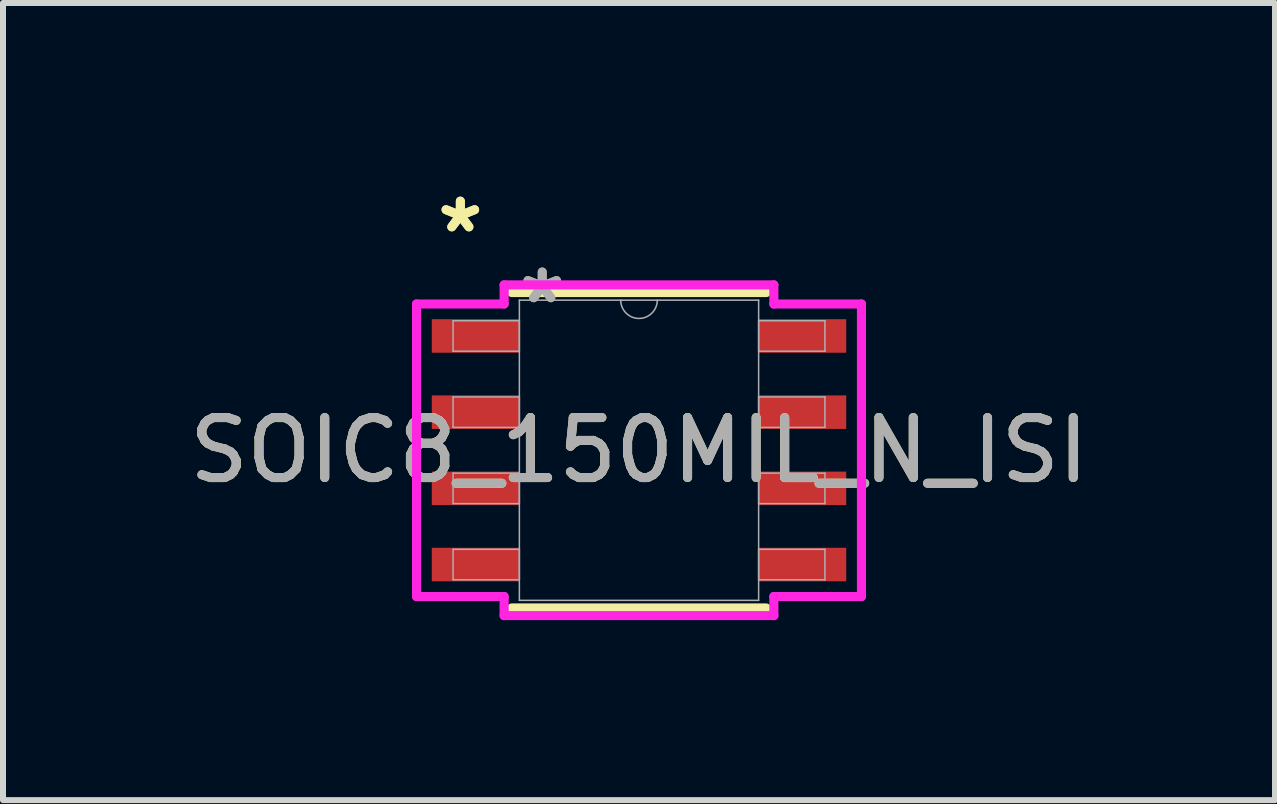
<source format=kicad_pcb>
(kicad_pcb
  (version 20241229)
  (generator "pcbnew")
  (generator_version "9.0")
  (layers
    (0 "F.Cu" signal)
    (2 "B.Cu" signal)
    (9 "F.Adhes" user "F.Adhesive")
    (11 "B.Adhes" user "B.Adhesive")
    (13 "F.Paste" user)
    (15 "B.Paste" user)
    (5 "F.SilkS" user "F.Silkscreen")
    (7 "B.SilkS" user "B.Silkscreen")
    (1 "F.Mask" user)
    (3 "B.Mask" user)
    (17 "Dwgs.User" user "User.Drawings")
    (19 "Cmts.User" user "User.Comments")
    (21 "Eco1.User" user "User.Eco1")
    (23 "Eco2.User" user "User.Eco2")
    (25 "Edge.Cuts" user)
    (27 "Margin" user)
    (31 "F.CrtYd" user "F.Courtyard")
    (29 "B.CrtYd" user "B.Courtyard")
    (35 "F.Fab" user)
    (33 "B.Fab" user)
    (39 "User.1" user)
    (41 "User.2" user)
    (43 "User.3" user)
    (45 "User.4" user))
  (footprint "SOIC8_150MIL_N_ISI"
    (layer "F.Cu")
    (at 7.601 4.455)
    (property "Reference" "SOIC8_150MIL_N_ISI" (at 0 0 0) (unlocked yes) (layer "F.SilkS") (effects (font (size 1 1) (thickness 0.15))))
    (attr smd)
    (fp_line (start -2.121 2.629) (end 2.121 2.629) (stroke (width 0.152) (type solid)) (layer "F.SilkS"))
    (fp_line (start 2.121 -2.629) (end -2.121 -2.629) (stroke (width 0.152) (type solid)) (layer "F.SilkS"))
    (fp_line (start -3.708 -2.438) (end -2.248 -2.438) (stroke (width 0.152) (type solid)) (layer "F.CrtYd"))
    (fp_line (start -3.708 2.438) (end -3.708 -2.438) (stroke (width 0.152) (type solid)) (layer "F.CrtYd"))
    (fp_line (start -3.708 2.438) (end -2.248 2.438) (stroke (width 0.152) (type solid)) (layer "F.CrtYd"))
    (fp_line (start -2.248 -2.756) (end 2.248 -2.756) (stroke (width 0.152) (type solid)) (layer "F.CrtYd"))
    (fp_line (start -2.248 -2.438) (end -2.248 -2.756) (stroke (width 0.152) (type solid)) (layer "F.CrtYd"))
    (fp_line (start -2.248 2.756) (end -2.248 2.438) (stroke (width 0.152) (type solid)) (layer "F.CrtYd"))
    (fp_line (start 2.248 -2.756) (end 2.248 -2.438) (stroke (width 0.152) (type solid)) (layer "F.CrtYd"))
    (fp_line (start 2.248 2.438) (end 2.248 2.756) (stroke (width 0.152) (type solid)) (layer "F.CrtYd"))
    (fp_line (start 2.248 2.756) (end -2.248 2.756) (stroke (width 0.152) (type solid)) (layer "F.CrtYd"))
    (fp_line (start 3.708 -2.438) (end 2.248 -2.438) (stroke (width 0.152) (type solid)) (layer "F.CrtYd"))
    (fp_line (start 3.708 -2.438) (end 3.708 2.438) (stroke (width 0.152) (type solid)) (layer "F.CrtYd"))
    (fp_line (start 3.708 2.438) (end 2.248 2.438) (stroke (width 0.152) (type solid)) (layer "F.CrtYd"))
    (fp_line (start -3.099 -2.159) (end -3.099 -1.651) (stroke (width 0.025) (type solid)) (layer "F.Fab"))
    (fp_line (start -3.099 -1.651) (end -1.994 -1.651) (stroke (width 0.025) (type solid)) (layer "F.Fab"))
    (fp_line (start -3.099 -0.889) (end -3.099 -0.381) (stroke (width 0.025) (type solid)) (layer "F.Fab"))
    (fp_line (start -3.099 -0.381) (end -1.994 -0.381) (stroke (width 0.025) (type solid)) (layer "F.Fab"))
    (fp_line (start -3.099 0.381) (end -3.099 0.889) (stroke (width 0.025) (type solid)) (layer "F.Fab"))
    (fp_line (start -3.099 0.889) (end -1.994 0.889) (stroke (width 0.025) (type solid)) (layer "F.Fab"))
    (fp_line (start -3.099 1.651) (end -3.099 2.159) (stroke (width 0.025) (type solid)) (layer "F.Fab"))
    (fp_line (start -3.099 2.159) (end -1.994 2.159) (stroke (width 0.025) (type solid)) (layer "F.Fab"))
    (fp_line (start -1.994 -2.502) (end -1.994 2.502) (stroke (width 0.025) (type solid)) (layer "F.Fab"))
    (fp_line (start -1.994 -2.159) (end -3.099 -2.159) (stroke (width 0.025) (type solid)) (layer "F.Fab"))
    (fp_line (start -1.994 -1.651) (end -1.994 -2.159) (stroke (width 0.025) (type solid)) (layer "F.Fab"))
    (fp_line (start -1.994 -0.889) (end -3.099 -0.889) (stroke (width 0.025) (type solid)) (layer "F.Fab"))
    (fp_line (start -1.994 -0.381) (end -1.994 -0.889) (stroke (width 0.025) (type solid)) (layer "F.Fab"))
    (fp_line (start -1.994 0.381) (end -3.099 0.381) (stroke (width 0.025) (type solid)) (layer "F.Fab"))
    (fp_line (start -1.994 0.889) (end -1.994 0.381) (stroke (width 0.025) (type solid)) (layer "F.Fab"))
    (fp_line (start -1.994 1.651) (end -3.099 1.651) (stroke (width 0.025) (type solid)) (layer "F.Fab"))
    (fp_line (start -1.994 2.159) (end -1.994 1.651) (stroke (width 0.025) (type solid)) (layer "F.Fab"))
    (fp_line (start -1.994 2.502) (end 1.994 2.502) (stroke (width 0.025) (type solid)) (layer "F.Fab"))
    (fp_line (start 1.994 -2.502) (end -1.994 -2.502) (stroke (width 0.025) (type solid)) (layer "F.Fab"))
    (fp_line (start 1.994 -2.159) (end 1.994 -1.651) (stroke (width 0.025) (type solid)) (layer "F.Fab"))
    (fp_line (start 1.994 -1.651) (end 3.099 -1.651) (stroke (width 0.025) (type solid)) (layer "F.Fab"))
    (fp_line (start 1.994 -0.889) (end 1.994 -0.381) (stroke (width 0.025) (type solid)) (layer "F.Fab"))
    (fp_line (start 1.994 -0.381) (end 3.099 -0.381) (stroke (width 0.025) (type solid)) (layer "F.Fab"))
    (fp_line (start 1.994 0.381) (end 1.994 0.889) (stroke (width 0.025) (type solid)) (layer "F.Fab"))
    (fp_line (start 1.994 0.889) (end 3.099 0.889) (stroke (width 0.025) (type solid)) (layer "F.Fab"))
    (fp_line (start 1.994 1.651) (end 1.994 2.159) (stroke (width 0.025) (type solid)) (layer "F.Fab"))
    (fp_line (start 1.994 2.159) (end 3.099 2.159) (stroke (width 0.025) (type solid)) (layer "F.Fab"))
    (fp_line (start 1.994 2.502) (end 1.994 -2.502) (stroke (width 0.025) (type solid)) (layer "F.Fab"))
    (fp_line (start 3.099 -2.159) (end 1.994 -2.159) (stroke (width 0.025) (type solid)) (layer "F.Fab"))
    (fp_line (start 3.099 -1.651) (end 3.099 -2.159) (stroke (width 0.025) (type solid)) (layer "F.Fab"))
    (fp_line (start 3.099 -0.889) (end 1.994 -0.889) (stroke (width 0.025) (type solid)) (layer "F.Fab"))
    (fp_line (start 3.099 -0.381) (end 3.099 -0.889) (stroke (width 0.025) (type solid)) (layer "F.Fab"))
    (fp_line (start 3.099 0.381) (end 1.994 0.381) (stroke (width 0.025) (type solid)) (layer "F.Fab"))
    (fp_line (start 3.099 0.889) (end 3.099 0.381) (stroke (width 0.025) (type solid)) (layer "F.Fab"))
    (fp_line (start 3.099 1.651) (end 1.994 1.651) (stroke (width 0.025) (type solid)) (layer "F.Fab"))
    (fp_line (start 3.099 2.159) (end 3.099 1.651) (stroke (width 0.025) (type solid)) (layer "F.Fab"))
    (fp_arc (start 0.3048 -2.5019) (mid 0 -2.1971) (end -0.3048 -2.5019) (stroke (width 0.0254) (type solid)) (layer "F.Fab"))
    (fp_text user "*" (at -2.978 -3.607 0) (unlocked yes) (layer "F.SilkS") (effects (font (size 1 1) (thickness 0.15))))
    (fp_text user "*" (at -2.978 -3.607 0) (layer "F.SilkS") (effects (font (size 1 1) (thickness 0.15))))
    (fp_text user "*" (at -1.613 -2.426 0) (layer "F.Fab") (effects (font (size 1 1) (thickness 0.15))))
    (fp_text user "*" (at -1.613 -2.426 0) (unlocked yes) (layer "F.Fab") (effects (font (size 1 1) (thickness 0.15))))
    (fp_text user "${REFERENCE}" (at 0 0 0) (unlocked yes) (layer "F.Fab") (effects (font (size 1 1) (thickness 0.15))))
    (pad "1" smd rect (at -2.724 -1.905) (size 1.46 0.559) (layers "F.Cu" "F.Mask" "F.Paste"))
    (pad "2" smd rect (at -2.724 -0.635) (size 1.46 0.559) (layers "F.Cu" "F.Mask" "F.Paste"))
    (pad "3" smd rect (at -2.724 0.635) (size 1.46 0.559) (layers "F.Cu" "F.Mask" "F.Paste"))
    (pad "4" smd rect (at -2.724 1.905) (size 1.46 0.559) (layers "F.Cu" "F.Mask" "F.Paste"))
    (pad "5" smd rect (at 2.724 1.905) (size 1.46 0.559) (layers "F.Cu" "F.Mask" "F.Paste"))
    (pad "6" smd rect (at 2.724 0.635) (size 1.46 0.559) (layers "F.Cu" "F.Mask" "F.Paste"))
    (pad "7" smd rect (at 2.724 -0.635) (size 1.46 0.559) (layers "F.Cu" "F.Mask" "F.Paste"))
    (pad "8" smd rect (at 2.724 -1.905) (size 1.46 0.559) (layers "F.Cu" "F.Mask" "F.Paste")))
  (gr_rect
    (start -3 -3)
    (end 18.202 10.287)
    (stroke (width 0.1) (type default))
    (fill no)
    (layer "Edge.Cuts")))
</source>
